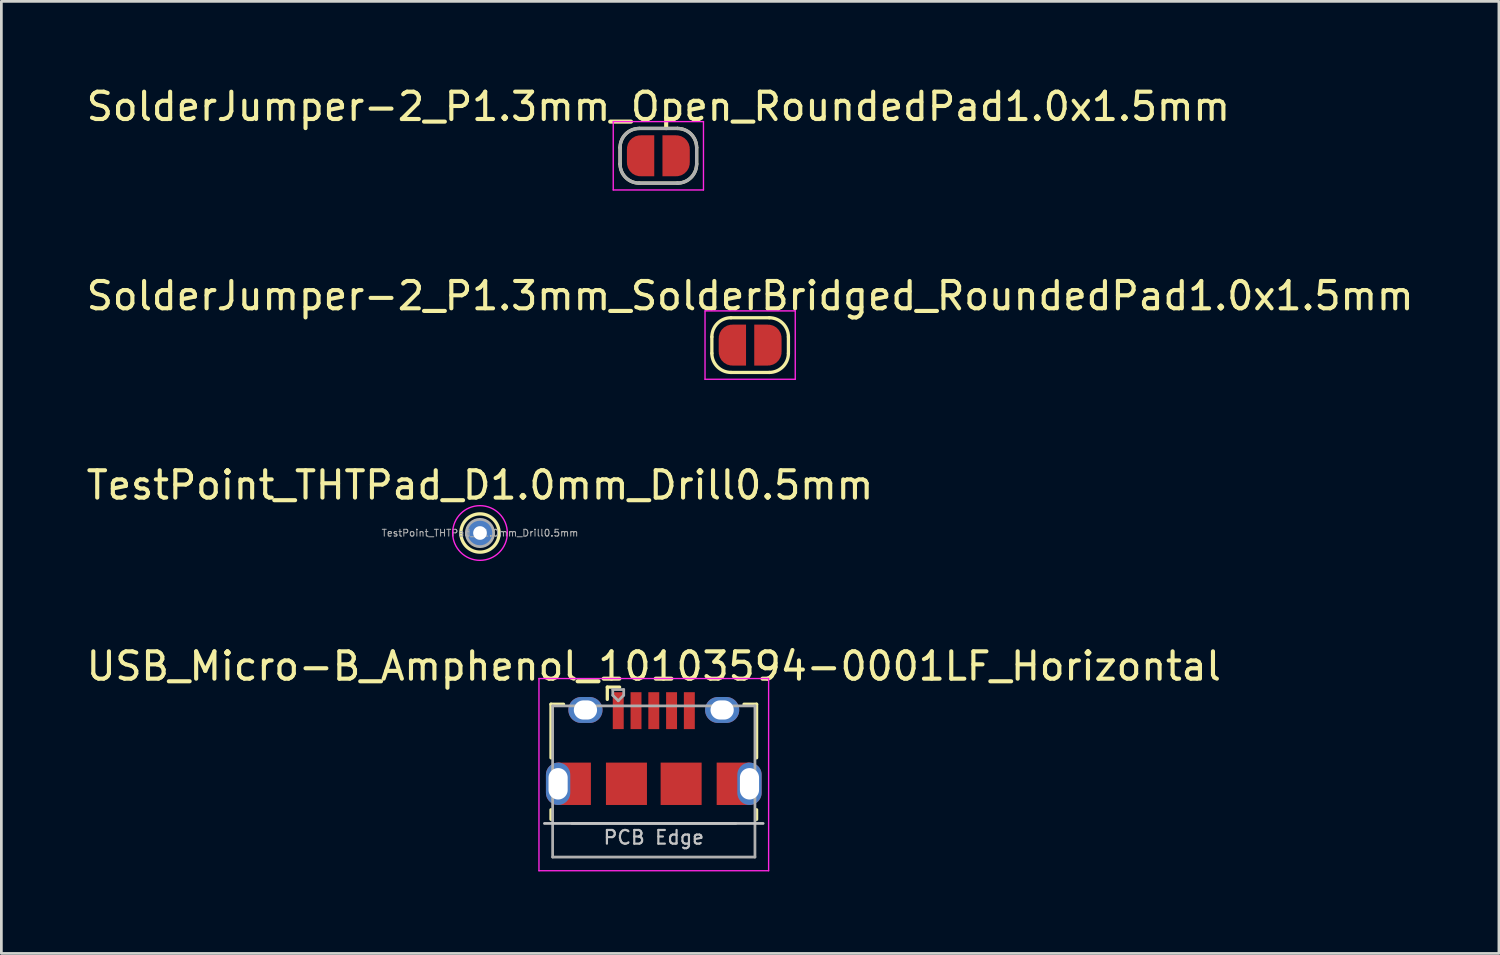
<source format=kicad_pcb>
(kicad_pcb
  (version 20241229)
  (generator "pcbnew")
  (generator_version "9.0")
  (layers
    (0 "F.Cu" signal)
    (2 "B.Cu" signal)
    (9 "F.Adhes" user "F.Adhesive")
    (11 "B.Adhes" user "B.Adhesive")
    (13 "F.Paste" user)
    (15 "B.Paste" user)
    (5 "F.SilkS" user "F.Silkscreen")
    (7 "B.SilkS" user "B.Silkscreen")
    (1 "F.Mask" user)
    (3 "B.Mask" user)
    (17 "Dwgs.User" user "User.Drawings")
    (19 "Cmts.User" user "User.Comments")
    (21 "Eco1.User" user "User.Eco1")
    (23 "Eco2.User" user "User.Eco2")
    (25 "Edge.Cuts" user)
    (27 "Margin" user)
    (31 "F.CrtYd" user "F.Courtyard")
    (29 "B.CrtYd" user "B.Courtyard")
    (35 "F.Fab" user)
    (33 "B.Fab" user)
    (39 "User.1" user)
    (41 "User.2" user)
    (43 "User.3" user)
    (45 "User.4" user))
  (footprint "SolderJumper-2_P1.3mm_Open_RoundedPad1.0x1.5mm"
    (layer "F.Cu")
    (at 21.03 2.648)
    (property "Reference" "SolderJumper-2_P1.3mm_Open_RoundedPad1.0x1.5mm" (at 0 -1.8 0) (layer "F.SilkS") (effects (font (size 1 1) (thickness 0.15))))
    (attr exclude_from_pos_files exclude_from_bom)
    (fp_line (start -1.4 0.3) (end -1.4 -0.3) (stroke (width 0.12) (type solid)) (layer "F.SilkS"))
    (fp_line (start -0.7 -1) (end 0.7 -1) (stroke (width 0.12) (type solid)) (layer "F.SilkS"))
    (fp_line (start 0.7 1) (end -0.7 1) (stroke (width 0.12) (type solid)) (layer "F.SilkS"))
    (fp_line (start 1.4 -0.3) (end 1.4 0.3) (stroke (width 0.12) (type solid)) (layer "F.SilkS"))
    (fp_arc (start -1.4 -0.3) (mid -1.194975 -0.794975) (end -0.7 -1) (stroke (width 0.12) (type solid)) (layer "F.SilkS"))
    (fp_arc (start -0.7 1) (mid -1.194975 0.794975) (end -1.4 0.3) (stroke (width 0.12) (type solid)) (layer "F.SilkS"))
    (fp_arc (start 0.7 -1) (mid 1.194975 -0.794975) (end 1.4 -0.3) (stroke (width 0.12) (type solid)) (layer "F.SilkS"))
    (fp_arc (start 1.4 0.3) (mid 1.194975 0.794975) (end 0.7 1) (stroke (width 0.12) (type solid)) (layer "F.SilkS"))
    (fp_line (start -1.65 -1.25) (end -1.65 1.25) (stroke (width 0.05) (type solid)) (layer "F.CrtYd"))
    (fp_line (start -1.65 -1.25) (end 1.65 -1.25) (stroke (width 0.05) (type solid)) (layer "F.CrtYd"))
    (fp_line (start 1.65 1.25) (end -1.65 1.25) (stroke (width 0.05) (type solid)) (layer "F.CrtYd"))
    (fp_line (start 1.65 1.25) (end 1.65 -1.25) (stroke (width 0.05) (type solid)) (layer "F.CrtYd"))
    (fp_line (start -1.4 0.3) (end -1.4 -0.3) (stroke (width 0.12) (type solid)) (layer "F.Fab"))
    (fp_line (start -0.7 -1) (end 0.7 -1) (stroke (width 0.12) (type solid)) (layer "F.Fab"))
    (fp_line (start 0.7 1) (end -0.7 1) (stroke (width 0.12) (type solid)) (layer "F.Fab"))
    (fp_line (start 1.4 -0.3) (end 1.4 0.3) (stroke (width 0.12) (type solid)) (layer "F.Fab"))
    (fp_arc (start -1.4 -0.3) (mid -1.194975 -0.794975) (end -0.7 -1) (stroke (width 0.12) (type solid)) (layer "F.Fab"))
    (fp_arc (start -0.7 1) (mid -1.194975 0.794975) (end -1.4 0.3) (stroke (width 0.12) (type solid)) (layer "F.Fab"))
    (fp_arc (start 0.7 -1) (mid 1.194975 -0.794975) (end 1.4 -0.3) (stroke (width 0.12) (type solid)) (layer "F.Fab"))
    (fp_arc (start 1.4 0.3) (mid 1.194975 0.794975) (end 0.7 1) (stroke (width 0.12) (type solid)) (layer "F.Fab"))
    (pad "1" smd custom (at -0.65 0) (size 1 0.5) (layers "F.Cu" "F.Mask") (options (anchor rect)) (primitives (gr_circle (center 0 0.25) (end 0.5 0.25) (width 0) (fill yes)) (gr_circle (center 0 -0.25) (end 0.5 -0.25) (width 0) (fill yes)) (gr_poly (pts (xy 0 -0.75) (xy 0.5 -0.75) (xy 0.5 0.75) (xy 0 0.75)) (width 0) (fill yes))))
    (pad "2" smd custom (at 0.65 0) (size 1 0.5) (layers "F.Cu" "F.Mask") (options (anchor rect)) (primitives (gr_circle (center 0 0.25) (end 0.5 0.25) (width 0) (fill yes)) (gr_circle (center 0 -0.25) (end 0.5 -0.25) (width 0) (fill yes)) (gr_poly (pts (xy 0 -0.75) (xy -0.5 -0.75) (xy -0.5 0.75) (xy 0 0.75)) (width 0) (fill yes)))))
  (footprint "TestPoint_THTPad_D1.0mm_Drill0.5mm"
    (layer "F.Cu")
    (at 14.506 16.445)
    (property "Reference" "TestPoint_THTPad_D1.0mm_Drill0.5mm" (at 0 -1.75 0) (layer "F.SilkS") (effects (font (size 1 1) (thickness 0.15))))
    (attr exclude_from_pos_files exclude_from_bom)
    (fp_circle (center 0 0) (end 0 0.7) (stroke (width 0.12) (type solid)) (fill no) (layer "F.SilkS"))
    (fp_circle (center 0 0) (end 1 0) (stroke (width 0.05) (type solid)) (fill no) (layer "F.CrtYd"))
    (fp_circle (center 0 0) (end 0.5 0) (stroke (width 0.1) (type solid)) (fill no) (layer "F.Fab"))
    (fp_text user "${REFERENCE}" (at 0 0 0) (layer "F.Fab") (effects (font (size 0.25 0.25) (thickness 0.037))))
    (pad "1" thru_hole circle (at 0 0) (size 1 1) (drill 0.5) (layers "*.Cu" "*.Mask")))
  (footprint "SolderJumper-2_P1.3mm_SolderBridged_RoundedPad1.0x1.5mm"
    (layer "F.Cu")
    (at 24.387 9.572)
    (property "Reference" "SolderJumper-2_P1.3mm_SolderBridged_RoundedPad1.0x1.5mm" (at 0 -1.8 0) (layer "F.SilkS") (effects (font (size 1 1) (thickness 0.15))))
    (attr exclude_from_pos_files exclude_from_bom)
    (fp_line (start -1.4 0.3) (end -1.4 -0.3) (stroke (width 0.12) (type solid)) (layer "F.SilkS"))
    (fp_line (start -0.7 -1) (end 0.7 -1) (stroke (width 0.12) (type solid)) (layer "F.SilkS"))
    (fp_line (start 0.7 1) (end -0.7 1) (stroke (width 0.12) (type solid)) (layer "F.SilkS"))
    (fp_line (start 1.4 -0.3) (end 1.4 0.3) (stroke (width 0.12) (type solid)) (layer "F.SilkS"))
    (fp_arc (start -1.4 -0.3) (mid -1.194975 -0.794975) (end -0.7 -1) (stroke (width 0.12) (type solid)) (layer "F.SilkS"))
    (fp_arc (start -0.7 1) (mid -1.194975 0.794975) (end -1.4 0.3) (stroke (width 0.12) (type solid)) (layer "F.SilkS"))
    (fp_arc (start 0.7 -1) (mid 1.194975 -0.794975) (end 1.4 -0.3) (stroke (width 0.12) (type solid)) (layer "F.SilkS"))
    (fp_arc (start 1.4 0.3) (mid 1.194975 0.794975) (end 0.7 1) (stroke (width 0.12) (type solid)) (layer "F.SilkS"))
    (fp_poly (pts (xy -0.25 -0.75) (xy 0.25 -0.75) (xy 0.25 0.75) (xy -0.25 0.75)) (stroke (width 0) (type solid)) (fill yes) (layer "F.Paste"))
    (fp_line (start -1.65 -1.25) (end -1.65 1.25) (stroke (width 0.05) (type solid)) (layer "F.CrtYd"))
    (fp_line (start -1.65 -1.25) (end 1.65 -1.25) (stroke (width 0.05) (type solid)) (layer "F.CrtYd"))
    (fp_line (start 1.65 1.25) (end -1.65 1.25) (stroke (width 0.05) (type solid)) (layer "F.CrtYd"))
    (fp_line (start 1.65 1.25) (end 1.65 -1.25) (stroke (width 0.05) (type solid)) (layer "F.CrtYd"))
    (pad "1" smd custom (at -0.65 0) (size 1 0.5) (layers "F.Cu" "F.Mask" "F.Paste") (options (anchor rect)) (primitives (gr_circle (center 0 0.25) (end 0.5 0.25) (width 0) (fill yes)) (gr_circle (center 0 -0.25) (end 0.5 -0.25) (width 0) (fill yes)) (gr_poly (pts (xy 0 -0.75) (xy 0.5 -0.75) (xy 0.5 0.75) (xy 0 0.75)) (width 0) (fill yes))))
    (pad "2" smd custom (at 0.65 0) (size 1 0.5) (layers "F.Cu" "F.Mask" "F.Paste") (options (anchor rect)) (primitives (gr_circle (center 0 0.25) (end 0.5 0.25) (width 0) (fill yes)) (gr_circle (center 0 -0.25) (end 0.5 -0.25) (width 0) (fill yes)) (gr_poly (pts (xy 0 -0.75) (xy -0.5 -0.75) (xy -0.5 0.75) (xy 0 0.75)) (width 0) (fill yes)))))
  (footprint "USB_Micro-B_Amphenol_10103594-0001LF_Horizontal"
    (layer "F.Cu")
    (at 20.863 27.068)
    (property "Reference" "USB_Micro-B_Amphenol_10103594-0001LF_Horizontal" (at 0 -5.75 0) (layer "F.SilkS") (effects (font (size 1 1) (thickness 0.15))))
    (attr smd)
    (fp_line (start -3.76 -4.36) (end -3.3 -4.36) (stroke (width 0.12) (type solid)) (layer "F.SilkS"))
    (fp_line (start -3.76 -2.4) (end -3.76 -4.36) (stroke (width 0.12) (type solid)) (layer "F.SilkS"))
    (fp_line (start -3.76 -0.15) (end -3.76 -0.5) (stroke (width 0.12) (type solid)) (layer "F.SilkS"))
    (fp_line (start -1.7 -4.987) (end -1.7 -4.537) (stroke (width 0.12) (type solid)) (layer "F.SilkS"))
    (fp_line (start -1.7 -4.987) (end -1.25 -4.987) (stroke (width 0.12) (type solid)) (layer "F.SilkS"))
    (fp_line (start 3.76 -4.36) (end 3.3 -4.36) (stroke (width 0.12) (type solid)) (layer "F.SilkS"))
    (fp_line (start 3.76 -2.4) (end 3.76 -4.36) (stroke (width 0.12) (type solid)) (layer "F.SilkS"))
    (fp_line (start 3.76 -0.15) (end 3.76 -0.5) (stroke (width 0.12) (type solid)) (layer "F.SilkS"))
    (fp_line (start -4 0) (end 4 0) (stroke (width 0.1) (type solid)) (layer "Dwgs.User"))
    (fp_line (start -4.2 -5.3) (end -4.2 1.73) (stroke (width 0.05) (type solid)) (layer "F.CrtYd"))
    (fp_line (start -4.2 -5.3) (end 4.2 -5.3) (stroke (width 0.05) (type solid)) (layer "F.CrtYd"))
    (fp_line (start -4.2 1.73) (end 4.2 1.73) (stroke (width 0.05) (type solid)) (layer "F.CrtYd"))
    (fp_line (start 4.2 -5.3) (end 4.2 1.73) (stroke (width 0.05) (type solid)) (layer "F.CrtYd"))
    (fp_line (start -3.7 -4.3) (end 3.7 -4.3) (stroke (width 0.1) (type solid)) (layer "F.Fab"))
    (fp_line (start -3.7 1.23) (end -3.7 -4.3) (stroke (width 0.1) (type solid)) (layer "F.Fab"))
    (fp_line (start -3.7 1.23) (end 3.7 1.23) (stroke (width 0.1) (type solid)) (layer "F.Fab"))
    (fp_line (start -3 0) (end 3 0) (stroke (width 0.1) (type solid)) (layer "F.Fab"))
    (fp_line (start -1.5 -4.897) (end -1.5 -4.688) (stroke (width 0.1) (type solid)) (layer "F.Fab"))
    (fp_line (start -1.5 -4.897) (end -1.1 -4.897) (stroke (width 0.1) (type solid)) (layer "F.Fab"))
    (fp_line (start -1.3 -4.487) (end -1.5 -4.688) (stroke (width 0.1) (type solid)) (layer "F.Fab"))
    (fp_line (start -1.1 -4.897) (end -1.1 -4.688) (stroke (width 0.1) (type solid)) (layer "F.Fab"))
    (fp_line (start -1.1 -4.688) (end -1.3 -4.487) (stroke (width 0.1) (type solid)) (layer "F.Fab"))
    (fp_line (start 3.7 -4.3) (end 3.7 1.23) (stroke (width 0.1) (type solid)) (layer "F.Fab"))
    (fp_text user "PCB Edge" (at 0 0.512 0) (layer "Dwgs.User") (effects (font (size 0.5 0.5) (thickness 0.08))))
    (pad "1" smd rect (at -1.3 -4.125 180) (size 0.4 1.35) (layers "F.Cu" "F.Mask" "F.Paste"))
    (pad "2" smd rect (at -0.65 -4.125 180) (size 0.4 1.35) (layers "F.Cu" "F.Mask" "F.Paste"))
    (pad "3" smd rect (at 0 -4.125 180) (size 0.4 1.35) (layers "F.Cu" "F.Mask" "F.Paste"))
    (pad "4" smd rect (at 0.65 -4.125 180) (size 0.4 1.35) (layers "F.Cu" "F.Mask" "F.Paste"))
    (pad "5" smd rect (at 1.3 -4.125 180) (size 0.4 1.35) (layers "F.Cu" "F.Mask" "F.Paste"))
    (pad "6" thru_hole oval (at -3.5 -1.45 180) (size 0.89 1.55) (drill oval 0.7 1.15) (layers "*.Cu" "*.Mask" "F.Paste"))
    (pad "6" smd rect (at -2.9 -1.45 180) (size 1.2 1.55) (layers "F.Cu" "F.Mask" "F.Paste"))
    (pad "6" thru_hole oval (at -2.5 -4.15 180) (size 1.25 0.95) (drill oval 0.85 0.7) (layers "*.Cu" "*.Mask" "F.Paste"))
    (pad "6" smd rect (at -1 -1.45 180) (size 1.5 1.55) (layers "F.Cu" "F.Mask" "F.Paste"))
    (pad "6" smd rect (at 1 -1.45 180) (size 1.5 1.55) (layers "F.Cu" "F.Mask" "F.Paste"))
    (pad "6" thru_hole oval (at 2.5 -4.15 180) (size 1.25 0.95) (drill oval 0.85 0.7) (layers "*.Cu" "*.Mask" "F.Paste"))
    (pad "6" smd rect (at 2.9 -1.45 180) (size 1.2 1.55) (layers "F.Cu" "F.Mask" "F.Paste"))
    (pad "6" thru_hole oval (at 3.5 -1.45 180) (size 0.89 1.55) (drill oval 0.7 1.15) (layers "*.Cu" "*.Mask" "F.Paste")))
  (gr_rect
    (start -3 -3)
    (end 51.774 31.823)
    (stroke (width 0.1) (type default))
    (fill no)
    (layer "Edge.Cuts")))
</source>
